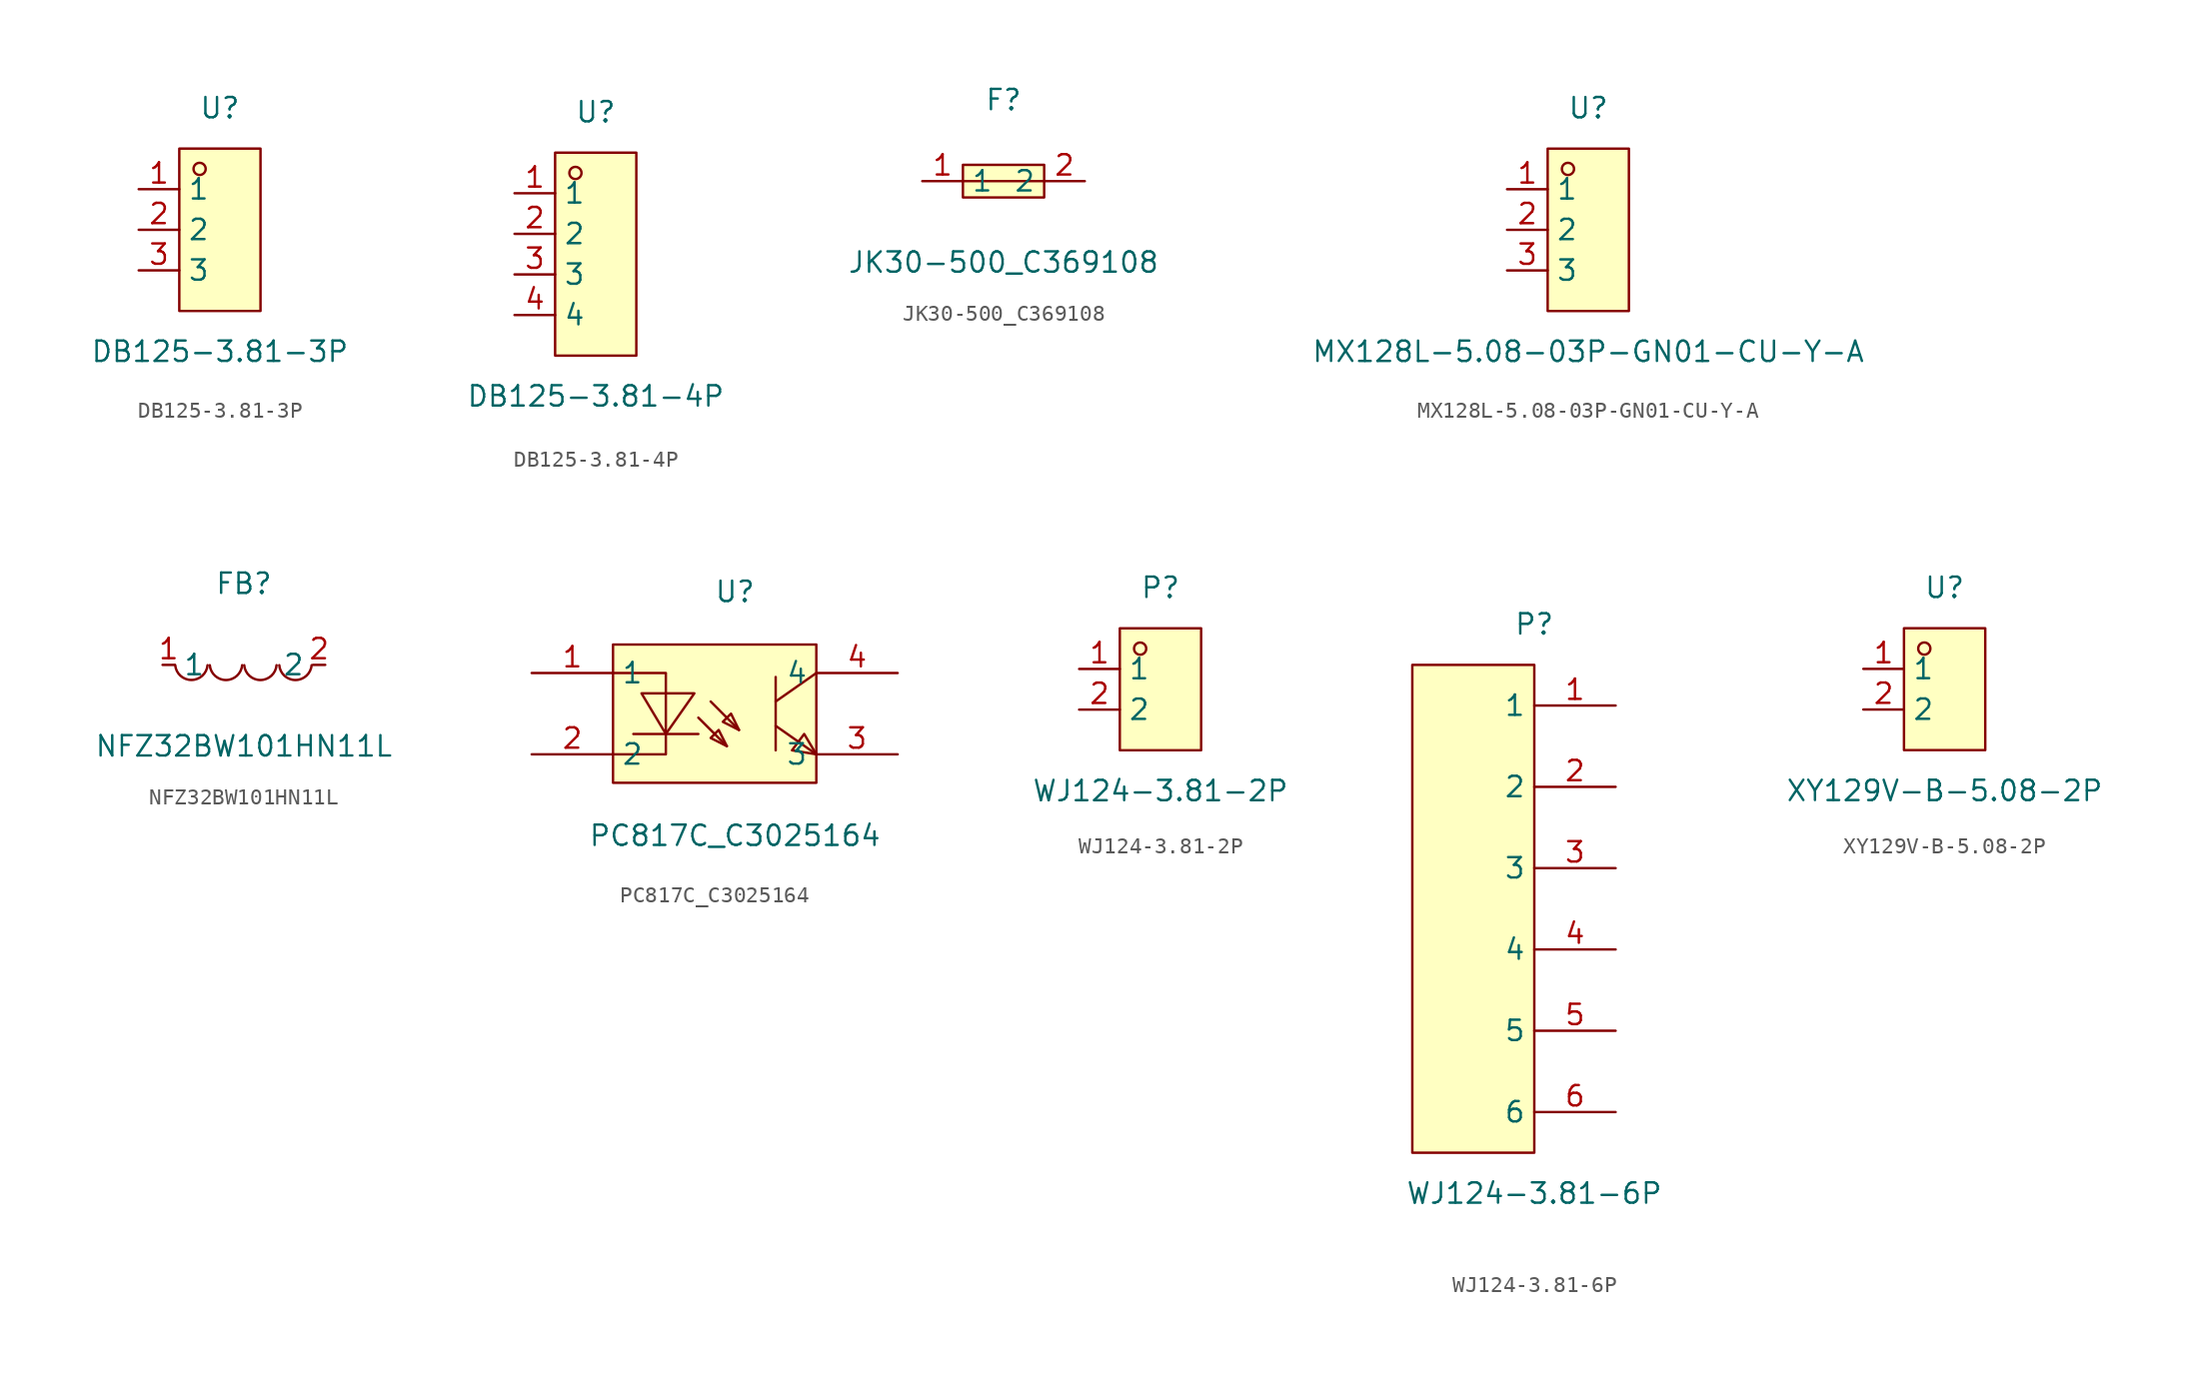
<source format=kicad_sym>
(kicad_symbol_lib
  (version 20211014)
  (generator https://github.com/uPesy/easyeda2kicad.py)
  (symbol "DB125-3.81-3P"
    (property "Reference" "U"
      (at 0 7.62 0)
      (effects (font (size 1.27 1.27))))
    (property "Value" "DB125-3.81-3P"
      (at 0 -7.62 0)
      (effects (font (size 1.27 1.27))))
    (symbol "DB125-3.81-3P_0_1"
      (rectangle (start -2.54 5.08) (end 2.54 -5.08) (stroke (width 0) (type default) (color 0 0 0 0)) (fill (type background)))
      (circle (center -1.27 3.81) (radius 0.38) (stroke (width 0) (type default) (color 0 0 0 0)) (fill (type none)))
      (pin unspecified line (at -5.08 2.54 0) (length 2.54) (name "1" (effects (font (size 1.27 1.27)))) (number "1" (effects (font (size 1.27 1.27)))))
      (pin unspecified line (at -5.08 -0.00 0) (length 2.54) (name "2" (effects (font (size 1.27 1.27)))) (number "2" (effects (font (size 1.27 1.27)))))
      (pin unspecified line (at -5.08 -2.54 0) (length 2.54) (name "3" (effects (font (size 1.27 1.27)))) (number "3" (effects (font (size 1.27 1.27)))))))
  (symbol "DB125-3.81-4P"
    (property "Reference" "U"
      (at 0 8.89 0)
      (effects (font (size 1.27 1.27))))
    (property "Value" "DB125-3.81-4P"
      (at 0 -8.89 0)
      (effects (font (size 1.27 1.27))))
    (symbol "DB125-3.81-4P_0_1"
      (rectangle (start -2.54 6.35) (end 2.54 -6.35) (stroke (width 0) (type default) (color 0 0 0 0)) (fill (type background)))
      (circle (center -1.27 5.08) (radius 0.38) (stroke (width 0) (type default) (color 0 0 0 0)) (fill (type none)))
      (pin unspecified line (at -5.08 3.81 0) (length 2.54) (name "1" (effects (font (size 1.27 1.27)))) (number "1" (effects (font (size 1.27 1.27)))))
      (pin unspecified line (at -5.08 1.27 0) (length 2.54) (name "2" (effects (font (size 1.27 1.27)))) (number "2" (effects (font (size 1.27 1.27)))))
      (pin unspecified line (at -5.08 -1.27 0) (length 2.54) (name "3" (effects (font (size 1.27 1.27)))) (number "3" (effects (font (size 1.27 1.27)))))
      (pin unspecified line (at -5.08 -3.81 0) (length 2.54) (name "4" (effects (font (size 1.27 1.27)))) (number "4" (effects (font (size 1.27 1.27)))))))
  (symbol "JK30-500_C369108"
    (property "Reference" "F"
      (at 0 5.08 0)
      (effects (font (size 1.27 1.27))))
    (property "Value" "JK30-500_C369108"
      (at 0 -5.08 0)
      (effects (font (size 1.27 1.27))))
    (symbol "JK30-500_C369108_0_1"
      (rectangle (start -2.54 1.02) (end 2.54 -1.02) (stroke (width 0) (type default) (color 0 0 0 0)) (fill (type background)))
      (polyline (pts (xy -2.54 -0.00) (xy 2.54 -0.00)) (stroke (width 0) (type default) (color 0 0 0 0)) (fill (type none)))
      (pin unspecified line (at 5.08 -0.00 180) (length 2.54) (name "2" (effects (font (size 1.27 1.27)))) (number "2" (effects (font (size 1.27 1.27)))))
      (pin unspecified line (at -5.08 -0.00 0) (length 2.54) (name "1" (effects (font (size 1.27 1.27)))) (number "1" (effects (font (size 1.27 1.27)))))))
  (symbol "MX128L-5.08-03P-GN01-CU-Y-A"
    (property "Reference" "U"
      (at 0 7.62 0)
      (effects (font (size 1.27 1.27))))
    (property "Value" "MX128L-5.08-03P-GN01-CU-Y-A"
      (at 0 -7.62 0)
      (effects (font (size 1.27 1.27))))
    (symbol "MX128L-5.08-03P-GN01-CU-Y-A_0_1"
      (rectangle (start -2.54 5.08) (end 2.54 -5.08) (stroke (width 0) (type default) (color 0 0 0 0)) (fill (type background)))
      (circle (center -1.27 3.81) (radius 0.38) (stroke (width 0) (type default) (color 0 0 0 0)) (fill (type none)))
      (pin unspecified line (at -5.08 2.54 0) (length 2.54) (name "1" (effects (font (size 1.27 1.27)))) (number "1" (effects (font (size 1.27 1.27)))))
      (pin unspecified line (at -5.08 -0.00 0) (length 2.54) (name "2" (effects (font (size 1.27 1.27)))) (number "2" (effects (font (size 1.27 1.27)))))
      (pin unspecified line (at -5.08 -2.54 0) (length 2.54) (name "3" (effects (font (size 1.27 1.27)))) (number "3" (effects (font (size 1.27 1.27)))))))
  (symbol "NFZ32BW101HN11L"
    (property "Reference" "FB"
      (at 0 5.08 0)
      (effects (font (size 1.27 1.27))))
    (property "Value" "NFZ32BW101HN11L"
      (at 0 -5.08 0)
      (effects (font (size 1.27 1.27))))
    (symbol "NFZ32BW101HN11L_0_1"
      (arc (start -4.29 -0.02) (mid -2.81 -1.01) (end -2.27 -0.02) (stroke (width 0) (type default) (color 0 0 0 0)) (fill (type none)))
      (arc (start -2.13 -0.02) (mid -0.66 -1.01) (end -0.11 -0.02) (stroke (width 0) (type default) (color 0 0 0 0)) (fill (type none)))
      (arc (start 0.02 -0.02) (mid 1.49 -1.01) (end 2.04 -0.02) (stroke (width 0) (type default) (color 0 0 0 0)) (fill (type none)))
      (arc (start 2.21 -0.02) (mid 3.68 -1.01) (end 4.23 -0.02) (stroke (width 0) (type default) (color 0 0 0 0)) (fill (type none)))
      (pin unspecified line (at 5.08 -0.00 180) (length 0.762) (name "2" (effects (font (size 1.27 1.27)))) (number "2" (effects (font (size 1.27 1.27)))))
      (pin unspecified line (at -5.08 -0.00 0) (length 0.762) (name "1" (effects (font (size 1.27 1.27)))) (number "1" (effects (font (size 1.27 1.27)))))))
  (symbol "PC817C_C3025164"
    (property "Reference" "U"
      (at 0 7.62 0)
      (effects (font (size 1.27 1.27))))
    (property "Value" "PC817C_C3025164"
      (at 0 -7.62 0)
      (effects (font (size 1.27 1.27))))
    (symbol "PC817C_C3025164_0_1"
      (rectangle (start -7.62 4.32) (end 5.08 -4.32) (stroke (width 0) (type default) (color 0 0 0 0)) (fill (type background)))
      (polyline (pts (xy -0.51 -2.03) (xy -1.02 -1.02) (xy -1.52 -1.52) (xy -0.51 -2.03)) (stroke (width 0) (type default) (color 0 0 0 0)) (fill (type background)))
      (polyline (pts (xy 0.25 -1.02) (xy -0.25 -0.00) (xy -0.76 -0.51) (xy 0.25 -1.02)) (stroke (width 0) (type default) (color 0 0 0 0)) (fill (type background)))
      (polyline (pts (xy -5.84 1.27) (xy -4.32 -1.27) (xy -2.54 1.27) (xy -5.84 1.27)) (stroke (width 0) (type default) (color 0 0 0 0)) (fill (type background)))
      (polyline (pts (xy 5.08 2.54) (xy 2.54 0.76)) (stroke (width 0) (type default) (color 0 0 0 0)) (fill (type none)))
      (polyline (pts (xy 2.54 -0.76) (xy 5.08 -2.54)) (stroke (width 0) (type default) (color 0 0 0 0)) (fill (type none)))
      (polyline (pts (xy 2.54 2.29) (xy 2.54 -2.29)) (stroke (width 0) (type default) (color 0 0 0 0)) (fill (type none)))
      (polyline (pts (xy -2.29 -0.25) (xy -0.51 -2.03)) (stroke (width 0) (type default) (color 0 0 0 0)) (fill (type none)))
      (polyline (pts (xy -1.52 0.76) (xy 0.25 -1.02)) (stroke (width 0) (type default) (color 0 0 0 0)) (fill (type none)))
      (polyline (pts (xy -2.29 -1.27) (xy -6.35 -1.27)) (stroke (width 0) (type default) (color 0 0 0 0)) (fill (type none)))
      (polyline (pts (xy -7.62 2.54) (xy -4.32 2.54) (xy -4.32 -2.54) (xy -7.62 -2.54)) (stroke (width 0) (type default) (color 0 0 0 0)) (fill (type none)))
      (polyline (pts (xy 5.08 -2.54) (xy 4.32 -1.27) (xy 3.56 -2.29) (xy 5.08 -2.54)) (stroke (width 0) (type default) (color 0 0 0 0)) (fill (type background)))
      (pin unspecified line (at -12.70 2.54 0) (length 5.08) (name "1" (effects (font (size 1.27 1.27)))) (number "1" (effects (font (size 1.27 1.27)))))
      (pin unspecified line (at -12.70 -2.54 0) (length 5.08) (name "2" (effects (font (size 1.27 1.27)))) (number "2" (effects (font (size 1.27 1.27)))))
      (pin unspecified line (at 10.16 -2.54 180) (length 5.08) (name "3" (effects (font (size 1.27 1.27)))) (number "3" (effects (font (size 1.27 1.27)))))
      (pin unspecified line (at 10.16 2.54 180) (length 5.08) (name "4" (effects (font (size 1.27 1.27)))) (number "4" (effects (font (size 1.27 1.27)))))))
  (symbol "WJ124-3.81-2P"
    (property "Reference" "P"
      (at 0 6.35 0)
      (effects (font (size 1.27 1.27))))
    (property "Value" "WJ124-3.81-2P"
      (at 0 -6.35 0)
      (effects (font (size 1.27 1.27))))
    (symbol "WJ124-3.81-2P_0_1"
      (rectangle (start -2.54 3.81) (end 2.54 -3.81) (stroke (width 0) (type default) (color 0 0 0 0)) (fill (type background)))
      (circle (center -1.27 2.54) (radius 0.38) (stroke (width 0) (type default) (color 0 0 0 0)) (fill (type none)))
      (pin unspecified line (at -5.08 1.27 0) (length 2.54) (name "1" (effects (font (size 1.27 1.27)))) (number "1" (effects (font (size 1.27 1.27)))))
      (pin unspecified line (at -5.08 -1.27 0) (length 2.54) (name "2" (effects (font (size 1.27 1.27)))) (number "2" (effects (font (size 1.27 1.27)))))))
  (symbol "WJ124-3.81-6P"
    (property "Reference" "P"
      (at 0 17.78 0)
      (effects (font (size 1.27 1.27))))
    (property "Value" "WJ124-3.81-6P"
      (at 0 -17.78 0)
      (effects (font (size 1.27 1.27))))
    (symbol "WJ124-3.81-6P_0_1"
      (rectangle (start -7.62 15.24) (end 0.00 -15.24) (stroke (width 0) (type default) (color 0 0 0 0)) (fill (type background)))
      (pin input line (at 5.08 12.70 180) (length 5.08) (name "1" (effects (font (size 1.27 1.27)))) (number "1" (effects (font (size 1.27 1.27)))))
      (pin input line (at 5.08 7.62 180) (length 5.08) (name "2" (effects (font (size 1.27 1.27)))) (number "2" (effects (font (size 1.27 1.27)))))
      (pin input line (at 5.08 2.54 180) (length 5.08) (name "3" (effects (font (size 1.27 1.27)))) (number "3" (effects (font (size 1.27 1.27)))))
      (pin input line (at 5.08 -2.54 180) (length 5.08) (name "4" (effects (font (size 1.27 1.27)))) (number "4" (effects (font (size 1.27 1.27)))))
      (pin input line (at 5.08 -7.62 180) (length 5.08) (name "5" (effects (font (size 1.27 1.27)))) (number "5" (effects (font (size 1.27 1.27)))))
      (pin input line (at 5.08 -12.70 180) (length 5.08) (name "6" (effects (font (size 1.27 1.27)))) (number "6" (effects (font (size 1.27 1.27)))))))
  (symbol "XY129V-B-5.08-2P"
    (property "Reference" "U"
      (at 0 6.35 0)
      (effects (font (size 1.27 1.27))))
    (property "Value" "XY129V-B-5.08-2P"
      (at 0 -6.35 0)
      (effects (font (size 1.27 1.27))))
    (symbol "XY129V-B-5.08-2P_0_1"
      (rectangle (start -2.54 3.81) (end 2.54 -3.81) (stroke (width 0) (type default) (color 0 0 0 0)) (fill (type background)))
      (circle (center -1.27 2.54) (radius 0.38) (stroke (width 0) (type default) (color 0 0 0 0)) (fill (type none)))
      (pin unspecified line (at -5.08 1.27 0) (length 2.54) (name "1" (effects (font (size 1.27 1.27)))) (number "1" (effects (font (size 1.27 1.27)))))
      (pin unspecified line (at -5.08 -1.27 0) (length 2.54) (name "2" (effects (font (size 1.27 1.27)))) (number "2" (effects (font (size 1.27 1.27))))))))
</source>
